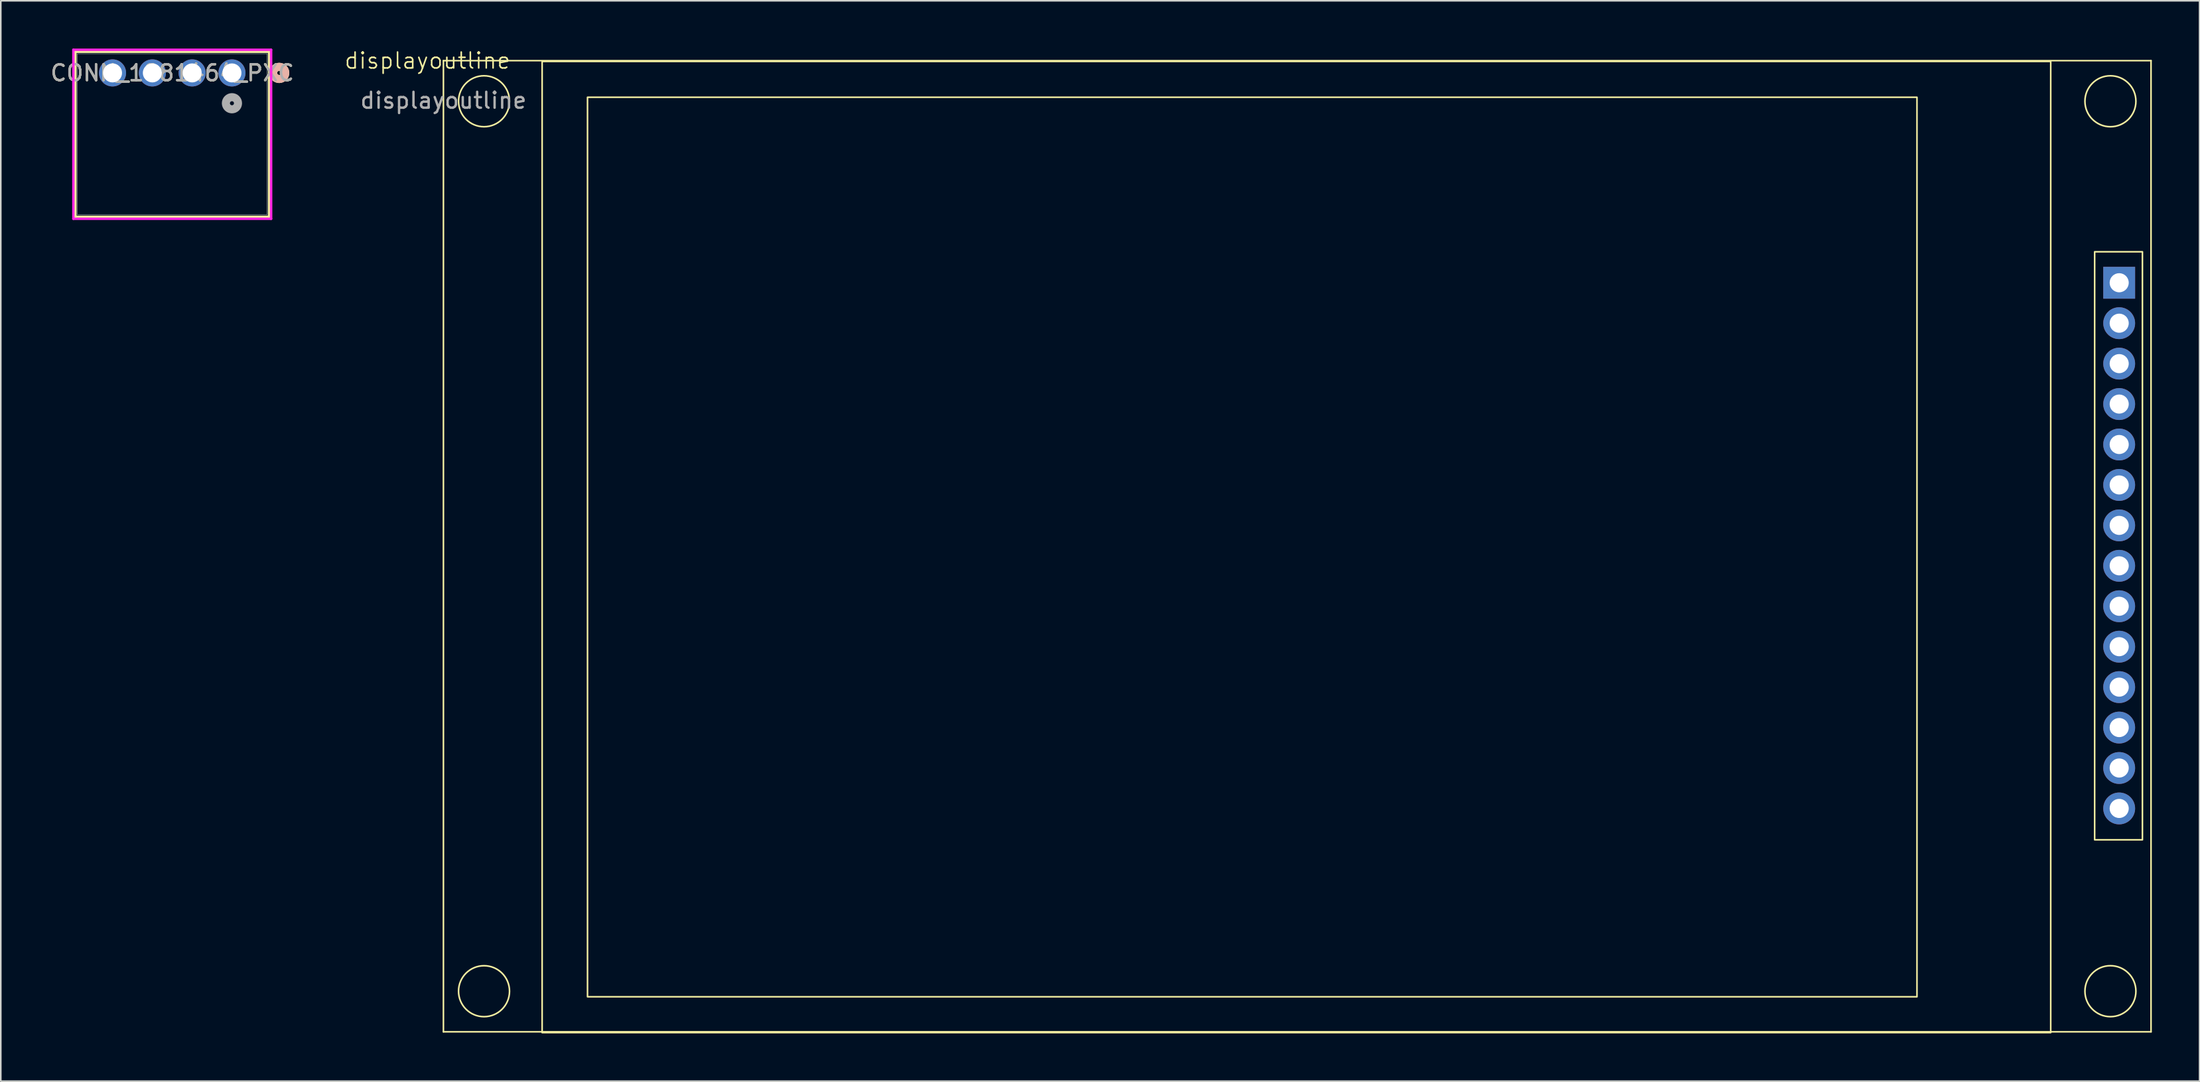
<source format=kicad_pcb>
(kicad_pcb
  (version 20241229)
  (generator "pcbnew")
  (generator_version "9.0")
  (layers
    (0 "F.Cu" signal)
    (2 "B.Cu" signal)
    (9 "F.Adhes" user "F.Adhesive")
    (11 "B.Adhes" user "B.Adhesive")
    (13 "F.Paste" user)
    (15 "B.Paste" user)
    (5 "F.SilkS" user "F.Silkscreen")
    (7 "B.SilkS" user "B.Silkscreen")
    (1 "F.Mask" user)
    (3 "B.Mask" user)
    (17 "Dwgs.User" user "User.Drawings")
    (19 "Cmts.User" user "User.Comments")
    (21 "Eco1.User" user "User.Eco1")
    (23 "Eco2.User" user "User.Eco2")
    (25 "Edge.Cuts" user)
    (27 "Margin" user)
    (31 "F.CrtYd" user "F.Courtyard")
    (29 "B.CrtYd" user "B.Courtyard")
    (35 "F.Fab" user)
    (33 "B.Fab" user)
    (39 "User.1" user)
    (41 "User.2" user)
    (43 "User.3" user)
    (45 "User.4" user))
  (footprint "CONN_1881464_PXC"
    (layer "F.Cu")
    (at 11.518 1.53)
    (property "Reference" "CONN_1881464_PXC" (at -3.75 0 0) (unlocked yes) (layer "F.SilkS") (effects (font (size 1 1) (thickness 0.15))))
    (attr through_hole)
    (fp_line (start -9.833 -1.327) (end -9.833 9.036) (stroke (width 0.152) (type solid)) (layer "F.SilkS"))
    (fp_line (start -9.833 9.036) (end 2.333 9.036) (stroke (width 0.152) (type solid)) (layer "F.SilkS"))
    (fp_line (start 2.333 -1.327) (end -9.833 -1.327) (stroke (width 0.152) (type solid)) (layer "F.SilkS"))
    (fp_line (start 2.333 9.036) (end 2.333 -1.327) (stroke (width 0.152) (type solid)) (layer "F.SilkS"))
    (fp_circle (center 2.968 0) (end 3.349 0) (stroke (width 0.508) (type solid)) (fill no) (layer "F.SilkS"))
    (fp_circle (center 2.968 0) (end 3.349 0) (stroke (width 0.508) (type solid)) (fill no) (layer "B.SilkS"))
    (fp_line (start -9.96 -1.454) (end -9.96 9.163) (stroke (width 0.152) (type solid)) (layer "F.CrtYd"))
    (fp_line (start -9.96 9.163) (end 2.46 9.163) (stroke (width 0.152) (type solid)) (layer "F.CrtYd"))
    (fp_line (start 2.46 -1.454) (end -9.96 -1.454) (stroke (width 0.152) (type solid)) (layer "F.CrtYd"))
    (fp_line (start 2.46 9.163) (end 2.46 -1.454) (stroke (width 0.152) (type solid)) (layer "F.CrtYd"))
    (fp_line (start -9.706 -1.2) (end -9.706 8.909) (stroke (width 0.025) (type solid)) (layer "F.Fab"))
    (fp_line (start -9.706 8.909) (end 2.206 8.909) (stroke (width 0.025) (type solid)) (layer "F.Fab"))
    (fp_line (start 2.206 -1.2) (end -9.706 -1.2) (stroke (width 0.025) (type solid)) (layer "F.Fab"))
    (fp_line (start 2.206 8.909) (end 2.206 -1.2) (stroke (width 0.025) (type solid)) (layer "F.Fab"))
    (fp_circle (center 0 1.905) (end 0.381 1.905) (stroke (width 0.508) (type solid)) (fill no) (layer "F.Fab"))
    (fp_text user "${REFERENCE}" (at -3.75 0 0) (unlocked yes) (layer "F.Fab") (effects (font (size 1 1) (thickness 0.15))))
    (pad "1" thru_hole circle (at 0 0) (size 1.702 1.702) (drill 1.194) (layers "*.Cu" "*.Mask"))
    (pad "2" thru_hole circle (at -2.5 0) (size 1.702 1.702) (drill 1.194) (layers "*.Cu" "*.Mask"))
    (pad "3" thru_hole circle (at -5 0) (size 1.702 1.702) (drill 1.194) (layers "*.Cu" "*.Mask"))
    (pad "4" thru_hole circle (at -7.5 0) (size 1.702 1.702) (drill 1.194) (layers "*.Cu" "*.Mask")))
  (footprint "displayoutline"
    (layer "F.Cu")
    (at 24.8 0.76)
    (property "Reference" "displayoutline" (at -1 0 0) (unlocked yes) (layer "F.SilkS") (effects (font (size 1 1) (thickness 0.1))))
    (attr through_hole)
    (fp_line (start 0 0) (end 107.25 0) (stroke (width 0.1) (type default)) (layer "F.SilkS"))
    (fp_line (start 0 61) (end 0 0) (stroke (width 0.1) (type default)) (layer "F.SilkS"))
    (fp_line (start 107.25 0) (end 107.25 61) (stroke (width 0.1) (type default)) (layer "F.SilkS"))
    (fp_line (start 107.25 61) (end 0 61) (stroke (width 0.1) (type default)) (layer "F.SilkS"))
    (fp_rect (start 6.2 0.05) (end 100.95 61.05) (stroke (width 0.1) (type default)) (fill no) (layer "F.SilkS"))
    (fp_rect (start 9.05 2.3) (end 92.55 58.8) (stroke (width 0.1) (type default)) (fill no) (layer "F.SilkS"))
    (fp_rect (start 103.71 12.004) (end 106.71 48.94) (stroke (width 0.1) (type default)) (fill no) (layer "F.SilkS"))
    (fp_circle (center 2.55 2.55) (end 3.8 3.55) (stroke (width 0.1) (type default)) (fill no) (layer "F.SilkS"))
    (fp_circle (center 2.551 58.45) (end 3.801 59.45) (stroke (width 0.1) (type default)) (fill no) (layer "F.SilkS"))
    (fp_circle (center 104.7 2.55) (end 105.95 3.55) (stroke (width 0.1) (type default)) (fill no) (layer "F.SilkS"))
    (fp_circle (center 104.7 58.449) (end 105.95 59.449) (stroke (width 0.1) (type default)) (fill no) (layer "F.SilkS"))
    (fp_line (start 50.8 0) (end 50.85 61.05) (stroke (width 0.1) (type dash_dot)) (layer "User.1"))
    (fp_text user "${REFERENCE}" (at 0 2.5 0) (unlocked yes) (layer "F.Fab") (effects (font (size 1 1) (thickness 0.15))))
    (pad "1" thru_hole rect (at 105.25 13.95) (size 2 2) (drill 1.2) (layers "*.Cu" "*.Mask"))
    (pad "2" thru_hole circle (at 105.25 16.49) (size 2 2) (drill 1.2) (layers "*.Cu" "*.Mask"))
    (pad "3" thru_hole circle (at 105.25 19.03) (size 2 2) (drill 1.2) (layers "*.Cu" "*.Mask"))
    (pad "4" thru_hole circle (at 105.25 21.57) (size 2 2) (drill 1.2) (layers "*.Cu" "*.Mask"))
    (pad "5" thru_hole circle (at 105.25 24.11) (size 2 2) (drill 1.2) (layers "*.Cu" "*.Mask"))
    (pad "6" thru_hole circle (at 105.25 26.65) (size 2 2) (drill 1.2) (layers "*.Cu" "*.Mask"))
    (pad "7" thru_hole circle (at 105.25 29.19) (size 2 2) (drill 1.2) (layers "*.Cu" "*.Mask"))
    (pad "8" thru_hole circle (at 105.25 31.73) (size 2 2) (drill 1.2) (layers "*.Cu" "*.Mask"))
    (pad "9" thru_hole circle (at 105.25 34.27) (size 2 2) (drill 1.2) (layers "*.Cu" "*.Mask"))
    (pad "10" thru_hole circle (at 105.25 36.81) (size 2 2) (drill 1.2) (layers "*.Cu" "*.Mask"))
    (pad "11" thru_hole circle (at 105.25 39.35) (size 2 2) (drill 1.2) (layers "*.Cu" "*.Mask"))
    (pad "12" thru_hole circle (at 105.25 41.89) (size 2 2) (drill 1.2) (layers "*.Cu" "*.Mask"))
    (pad "13" thru_hole circle (at 105.25 44.43) (size 2 2) (drill 1.2) (layers "*.Cu" "*.Mask"))
    (pad "14" thru_hole circle (at 105.25 46.97) (size 2 2) (drill 1.2) (layers "*.Cu" "*.Mask")))
  (gr_rect
    (start -3 -3)
    (end 135.1 64.861)
    (stroke (width 0.1) (type default))
    (fill no)
    (layer "Edge.Cuts")))
</source>
